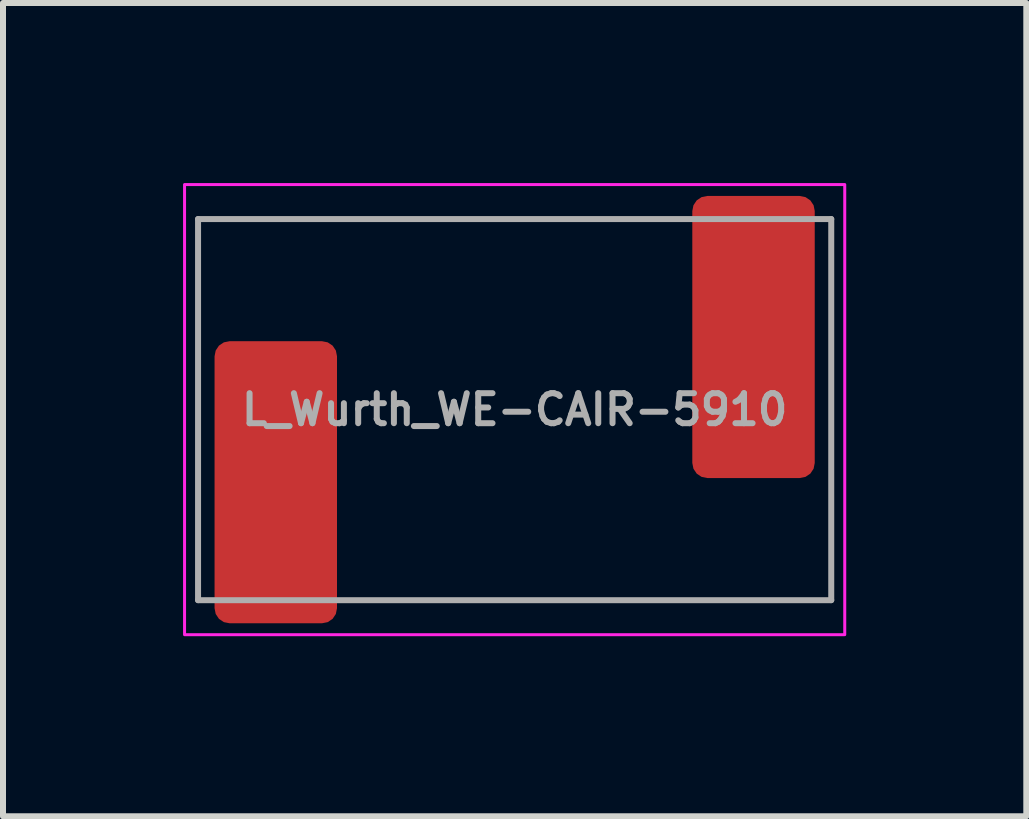
<source format=kicad_pcb>
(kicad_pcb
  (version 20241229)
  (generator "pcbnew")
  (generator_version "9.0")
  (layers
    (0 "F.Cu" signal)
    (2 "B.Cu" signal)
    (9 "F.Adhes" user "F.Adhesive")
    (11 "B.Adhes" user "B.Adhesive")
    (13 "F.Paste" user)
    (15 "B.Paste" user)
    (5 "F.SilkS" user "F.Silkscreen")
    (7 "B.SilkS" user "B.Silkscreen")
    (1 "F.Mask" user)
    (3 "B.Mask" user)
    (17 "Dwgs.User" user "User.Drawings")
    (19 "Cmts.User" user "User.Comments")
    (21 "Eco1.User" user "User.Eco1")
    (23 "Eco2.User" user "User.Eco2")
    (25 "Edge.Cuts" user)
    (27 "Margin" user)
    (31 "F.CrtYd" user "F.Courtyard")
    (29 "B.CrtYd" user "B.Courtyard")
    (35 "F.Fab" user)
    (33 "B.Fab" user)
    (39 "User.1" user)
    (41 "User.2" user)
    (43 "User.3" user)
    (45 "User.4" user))
  (footprint "L_Wurth_WE-CAIR-5910"
    (layer "F.Cu")
    (at 5.525 3.775)
    (property "Reference" "L_Wurth_WE-CAIR-5910" (at 0 0 0) (unlocked yes) (layer "F.Fab") (effects (font (size 0.5 0.5) (thickness 0.1))))
    (attr smd)
    (fp_rect (start 5.5 -3.75) (end -5.5 3.75) (stroke (width 0.05) (type solid)) (fill no) (layer "F.CrtYd"))
    (fp_line (start -5.275 -3.175) (end -5.275 3.175) (stroke (width 0.1) (type default)) (layer "F.Fab"))
    (fp_line (start -5.275 3.175) (end 5.275 3.175) (stroke (width 0.1) (type default)) (layer "F.Fab"))
    (fp_line (start 5.275 -3.175) (end -5.275 -3.175) (stroke (width 0.1) (type default)) (layer "F.Fab"))
    (fp_line (start 5.275 3.175) (end 5.275 -3.175) (stroke (width 0.1) (type default)) (layer "F.Fab"))
    (pad "1" smd roundrect (at -3.98 1.21 180) (size 2.04 4.7) (layers "F.Cu" "F.Mask" "F.Paste") (roundrect_rratio 0.123))
    (pad "2" smd roundrect (at 3.98 -1.21 180) (size 2.04 4.7) (layers "F.Cu" "F.Mask" "F.Paste") (roundrect_rratio 0.123)))
  (gr_rect
    (start -3 -3)
    (end 14.05 10.55)
    (stroke (width 0.1) (type default))
    (fill no)
    (layer "Edge.Cuts")))
</source>
